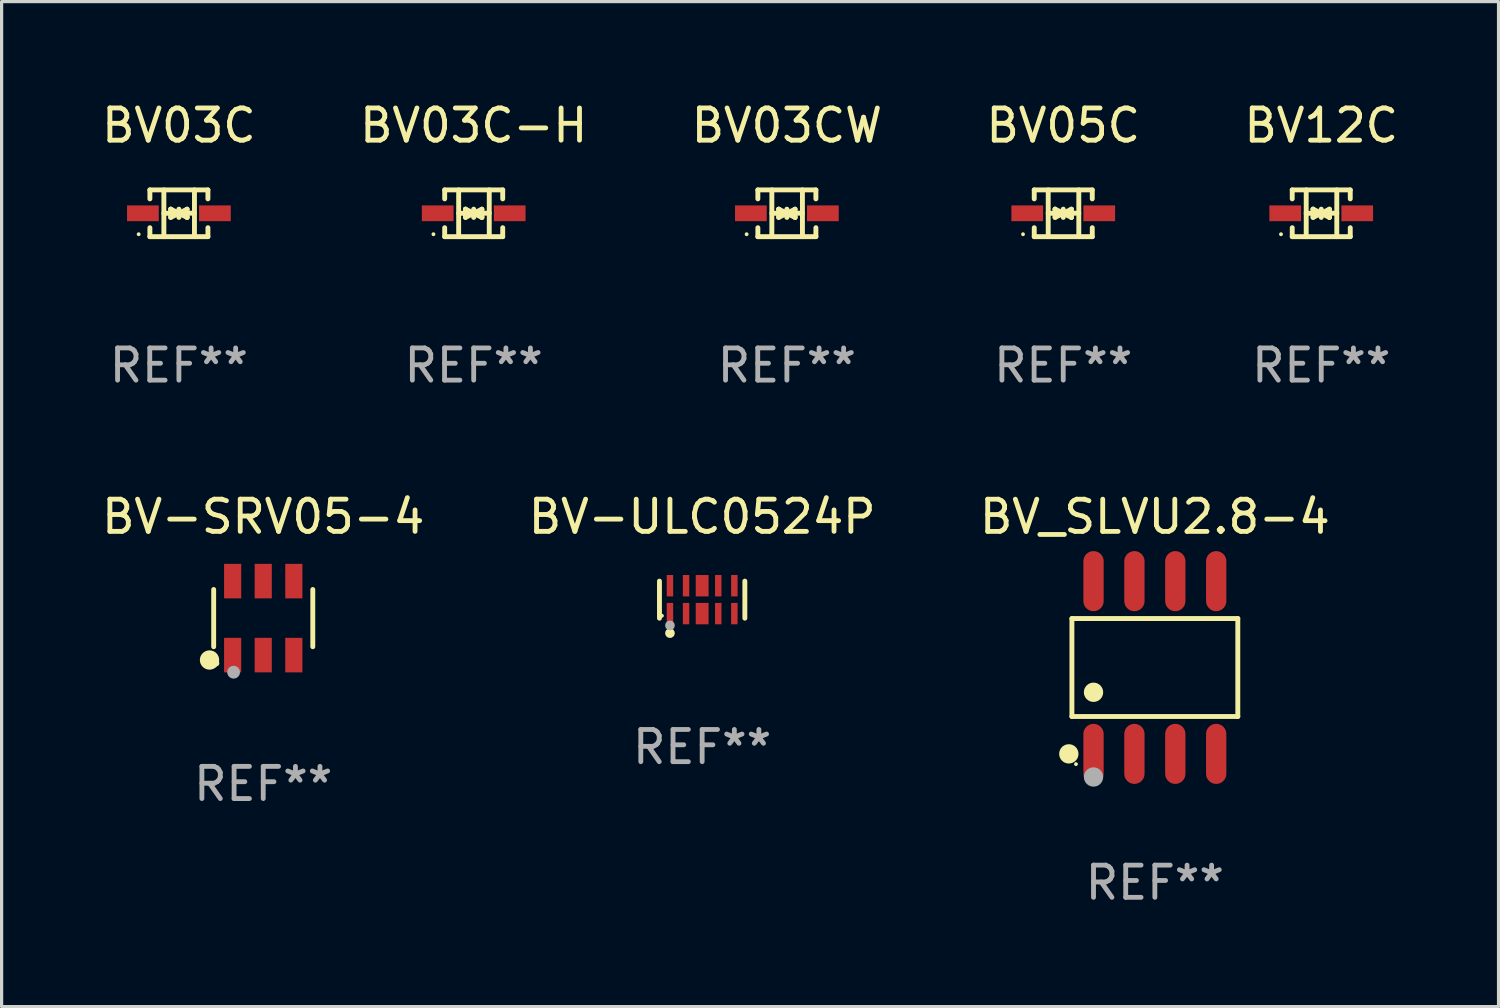
<source format=kicad_pcb>
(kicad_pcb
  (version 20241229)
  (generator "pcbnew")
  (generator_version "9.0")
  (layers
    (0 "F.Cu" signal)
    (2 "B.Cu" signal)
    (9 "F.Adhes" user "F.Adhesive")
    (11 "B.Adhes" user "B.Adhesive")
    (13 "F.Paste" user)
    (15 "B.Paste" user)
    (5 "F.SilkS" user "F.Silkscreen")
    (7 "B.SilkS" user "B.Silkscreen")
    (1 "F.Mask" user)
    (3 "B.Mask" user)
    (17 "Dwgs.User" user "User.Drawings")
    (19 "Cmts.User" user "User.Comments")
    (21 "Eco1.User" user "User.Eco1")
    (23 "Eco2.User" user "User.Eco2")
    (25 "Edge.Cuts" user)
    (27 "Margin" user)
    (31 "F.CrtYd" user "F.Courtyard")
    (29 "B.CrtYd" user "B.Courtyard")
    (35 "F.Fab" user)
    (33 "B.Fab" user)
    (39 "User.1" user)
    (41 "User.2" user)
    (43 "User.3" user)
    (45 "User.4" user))
  (footprint "BV03C"
    (layer "F.Cu")
    (at 2.506 3.574)
    (property "Reference" "BV03C" (at 0 -2.726 0) (layer "F.SilkS") (effects (font (size 1 1) (thickness 0.15))))
    (attr through_hole)
    (fp_line (start -0.901 -0.726) (end -0.901 -0.448) (stroke (width 0.152) (type solid)) (layer "F.SilkS"))
    (fp_line (start -0.901 0.726) (end -0.901 0.448) (stroke (width 0.152) (type solid)) (layer "F.SilkS"))
    (fp_line (start -0.467 0) (end 0.483 -0.003) (stroke (width 0.154) (type solid)) (layer "F.SilkS"))
    (fp_line (start -0.467 0.726) (end -0.467 -0.726) (stroke (width 0.152) (type solid)) (layer "F.SilkS"))
    (fp_line (start -0.254 -0.127) (end -0.254 -0.127) (stroke (width 0.154) (type solid)) (layer "F.SilkS"))
    (fp_line (start -0.254 -0.127) (end -0.002 -0.003) (stroke (width 0.154) (type solid)) (layer "F.SilkS"))
    (fp_line (start -0.254 0.127) (end -0.254 -0.127) (stroke (width 0.154) (type solid)) (layer "F.SilkS"))
    (fp_line (start -0.127 0) (end 0.003 0) (stroke (width 0.154) (type solid)) (layer "F.SilkS"))
    (fp_line (start -0.003 0) (end -0.254 0.127) (stroke (width 0.154) (type solid)) (layer "F.SilkS"))
    (fp_line (start 0 -0.127) (end 0 0.127) (stroke (width 0.154) (type solid)) (layer "F.SilkS"))
    (fp_line (start 0.003 0) (end 0.254 -0.127) (stroke (width 0.154) (type solid)) (layer "F.SilkS"))
    (fp_line (start 0.127 0) (end -0.003 0) (stroke (width 0.154) (type solid)) (layer "F.SilkS"))
    (fp_line (start 0.254 -0.127) (end 0.254 0.127) (stroke (width 0.154) (type solid)) (layer "F.SilkS"))
    (fp_line (start 0.254 0.127) (end 0.002 0.003) (stroke (width 0.154) (type solid)) (layer "F.SilkS"))
    (fp_line (start 0.254 0.127) (end 0.254 0.127) (stroke (width 0.154) (type solid)) (layer "F.SilkS"))
    (fp_line (start 0.483 0.726) (end 0.483 -0.726) (stroke (width 0.152) (type solid)) (layer "F.SilkS"))
    (fp_line (start 0.901 -0.726) (end -0.901 -0.726) (stroke (width 0.152) (type solid)) (layer "F.SilkS"))
    (fp_line (start 0.901 -0.726) (end 0.901 -0.448) (stroke (width 0.152) (type solid)) (layer "F.SilkS"))
    (fp_line (start 0.901 0.726) (end -0.901 0.726) (stroke (width 0.152) (type solid)) (layer "F.SilkS"))
    (fp_line (start 0.901 0.726) (end 0.901 0.448) (stroke (width 0.152) (type solid)) (layer "F.SilkS"))
    (fp_circle (center -1.25 0.65) (end -1.22 0.65) (stroke (width 0.06) (type solid)) (fill no) (layer "F.SilkS"))
    (fp_text user "REF**" (at 0 4.726 0) (layer "F.Fab") (effects (font (size 1 1) (thickness 0.15))))
    (pad "1" smd rect (at -1.118 0) (size 0.985 0.49) (layers "F.Cu" "F.Mask" "F.Paste"))
    (pad "2" smd rect (at 1.118 0) (size 0.985 0.49) (layers "F.Cu" "F.Mask" "F.Paste")))
  (footprint "BV-SRV05-4"
    (layer "F.Cu")
    (at 5.125 16.146)
    (property "Reference" "BV-SRV05-4" (at 0 -3.149 0) (layer "F.SilkS") (effects (font (size 1 1) (thickness 0.15))))
    (attr through_hole)
    (fp_line (start -1.539 0.889) (end -1.539 -0.889) (stroke (width 0.152) (type solid)) (layer "F.SilkS"))
    (fp_line (start 1.539 0.889) (end 1.539 -0.889) (stroke (width 0.152) (type solid)) (layer "F.SilkS"))
    (fp_circle (center -1.668 1.301) (end -1.518 1.301) (stroke (width 0.3) (type solid)) (fill no) (layer "F.SilkS"))
    (fp_circle (center -1.463 1.4) (end -1.413 1.4) (stroke (width 0.1) (type solid)) (fill no) (layer "F.SilkS"))
    (fp_circle (center -0.92 1.68) (end -0.82 1.68) (stroke (width 0.2) (type solid)) (fill no) (layer "F.Fab"))
    (fp_text user "REF**" (at 0 5.149 0) (layer "F.Fab") (effects (font (size 1 1) (thickness 0.15))))
    (pad "1" smd rect (at -0.95 1.149) (size 0.532 1.072) (layers "F.Cu" "F.Mask" "F.Paste"))
    (pad "2" smd rect (at 0 1.149) (size 0.532 1.072) (layers "F.Cu" "F.Mask" "F.Paste"))
    (pad "3" smd rect (at 0.95 1.149) (size 0.532 1.072) (layers "F.Cu" "F.Mask" "F.Paste"))
    (pad "4" smd rect (at 0.95 -1.149) (size 0.532 1.072) (layers "F.Cu" "F.Mask" "F.Paste"))
    (pad "5" smd rect (at 0 -1.149) (size 0.532 1.072) (layers "F.Cu" "F.Mask" "F.Paste"))
    (pad "6" smd rect (at -0.95 -1.149) (size 0.532 1.072) (layers "F.Cu" "F.Mask" "F.Paste")))
  (footprint "BV05C"
    (layer "F.Cu")
    (at 29.97 3.574)
    (property "Reference" "BV05C" (at 0 -2.726 0) (layer "F.SilkS") (effects (font (size 1 1) (thickness 0.15))))
    (attr through_hole)
    (fp_line (start -0.901 -0.726) (end -0.901 -0.448) (stroke (width 0.152) (type solid)) (layer "F.SilkS"))
    (fp_line (start -0.901 0.726) (end -0.901 0.448) (stroke (width 0.152) (type solid)) (layer "F.SilkS"))
    (fp_line (start -0.467 0) (end 0.483 -0.003) (stroke (width 0.154) (type solid)) (layer "F.SilkS"))
    (fp_line (start -0.467 0.726) (end -0.467 -0.726) (stroke (width 0.152) (type solid)) (layer "F.SilkS"))
    (fp_line (start -0.254 -0.127) (end -0.254 -0.127) (stroke (width 0.154) (type solid)) (layer "F.SilkS"))
    (fp_line (start -0.254 -0.127) (end -0.002 -0.003) (stroke (width 0.154) (type solid)) (layer "F.SilkS"))
    (fp_line (start -0.254 0.127) (end -0.254 -0.127) (stroke (width 0.154) (type solid)) (layer "F.SilkS"))
    (fp_line (start -0.127 0) (end 0.003 0) (stroke (width 0.154) (type solid)) (layer "F.SilkS"))
    (fp_line (start -0.003 0) (end -0.254 0.127) (stroke (width 0.154) (type solid)) (layer "F.SilkS"))
    (fp_line (start 0 -0.127) (end 0 0.127) (stroke (width 0.154) (type solid)) (layer "F.SilkS"))
    (fp_line (start 0.003 0) (end 0.254 -0.127) (stroke (width 0.154) (type solid)) (layer "F.SilkS"))
    (fp_line (start 0.127 0) (end -0.003 0) (stroke (width 0.154) (type solid)) (layer "F.SilkS"))
    (fp_line (start 0.254 -0.127) (end 0.254 0.127) (stroke (width 0.154) (type solid)) (layer "F.SilkS"))
    (fp_line (start 0.254 0.127) (end 0.002 0.003) (stroke (width 0.154) (type solid)) (layer "F.SilkS"))
    (fp_line (start 0.254 0.127) (end 0.254 0.127) (stroke (width 0.154) (type solid)) (layer "F.SilkS"))
    (fp_line (start 0.483 0.726) (end 0.483 -0.726) (stroke (width 0.152) (type solid)) (layer "F.SilkS"))
    (fp_line (start 0.901 -0.726) (end -0.901 -0.726) (stroke (width 0.152) (type solid)) (layer "F.SilkS"))
    (fp_line (start 0.901 -0.726) (end 0.901 -0.448) (stroke (width 0.152) (type solid)) (layer "F.SilkS"))
    (fp_line (start 0.901 0.726) (end -0.901 0.726) (stroke (width 0.152) (type solid)) (layer "F.SilkS"))
    (fp_line (start 0.901 0.726) (end 0.901 0.448) (stroke (width 0.152) (type solid)) (layer "F.SilkS"))
    (fp_circle (center -1.25 0.65) (end -1.22 0.65) (stroke (width 0.06) (type solid)) (fill no) (layer "F.SilkS"))
    (fp_text user "REF**" (at 0 4.726 0) (layer "F.Fab") (effects (font (size 1 1) (thickness 0.15))))
    (pad "1" smd rect (at -1.118 0) (size 0.985 0.49) (layers "F.Cu" "F.Mask" "F.Paste"))
    (pad "2" smd rect (at 1.118 0) (size 0.985 0.49) (layers "F.Cu" "F.Mask" "F.Paste")))
  (footprint "BV_SLVU2.8-4"
    (layer "F.Cu")
    (at 32.815 17.68)
    (property "Reference" "BV_SLVU2.8-4" (at 0 -4.682 0) (layer "F.SilkS") (effects (font (size 1 1) (thickness 0.15))))
    (attr through_hole)
    (fp_line (start -2.576 -1.521) (end 2.576 -1.521) (stroke (width 0.152) (type solid)) (layer "F.SilkS"))
    (fp_line (start -2.576 1.521) (end -2.576 -1.521) (stroke (width 0.152) (type solid)) (layer "F.SilkS"))
    (fp_line (start 2.576 -1.521) (end 2.576 1.521) (stroke (width 0.152) (type solid)) (layer "F.SilkS"))
    (fp_line (start 2.576 1.521) (end -2.576 1.521) (stroke (width 0.152) (type solid)) (layer "F.SilkS"))
    (fp_circle (center -2.672 2.682) (end -2.522 2.682) (stroke (width 0.3) (type solid)) (fill no) (layer "F.SilkS"))
    (fp_circle (center -2.45 3) (end -2.42 3) (stroke (width 0.06) (type solid)) (fill no) (layer "F.SilkS"))
    (fp_circle (center -1.905 0.769) (end -1.755 0.769) (stroke (width 0.3) (type solid)) (fill no) (layer "F.SilkS"))
    (fp_circle (center -1.905 3.4) (end -1.755 3.4) (stroke (width 0.3) (type solid)) (fill no) (layer "F.Fab"))
    (fp_text user "REF**" (at 0 6.682 0) (layer "F.Fab") (effects (font (size 1 1) (thickness 0.15))))
    (pad "1" smd oval (at -1.905 2.682) (size 0.63 1.865) (layers "F.Cu" "F.Mask" "F.Paste"))
    (pad "2" smd oval (at -0.635 2.682) (size 0.63 1.865) (layers "F.Cu" "F.Mask" "F.Paste"))
    (pad "3" smd oval (at 0.635 2.682) (size 0.63 1.865) (layers "F.Cu" "F.Mask" "F.Paste"))
    (pad "4" smd oval (at 1.905 2.682) (size 0.63 1.865) (layers "F.Cu" "F.Mask" "F.Paste"))
    (pad "5" smd oval (at 1.905 -2.682) (size 0.63 1.865) (layers "F.Cu" "F.Mask" "F.Paste"))
    (pad "6" smd oval (at 0.635 -2.682) (size 0.63 1.865) (layers "F.Cu" "F.Mask" "F.Paste"))
    (pad "7" smd oval (at -0.635 -2.682) (size 0.63 1.865) (layers "F.Cu" "F.Mask" "F.Paste"))
    (pad "8" smd oval (at -1.905 -2.682) (size 0.63 1.865) (layers "F.Cu" "F.Mask" "F.Paste")))
  (footprint "BV12C"
    (layer "F.Cu")
    (at 37.982 3.574)
    (property "Reference" "BV12C" (at 0 -2.726 0) (layer "F.SilkS") (effects (font (size 1 1) (thickness 0.15))))
    (attr through_hole)
    (fp_line (start -0.901 -0.726) (end -0.901 -0.448) (stroke (width 0.152) (type solid)) (layer "F.SilkS"))
    (fp_line (start -0.901 0.726) (end -0.901 0.448) (stroke (width 0.152) (type solid)) (layer "F.SilkS"))
    (fp_line (start -0.467 0) (end 0.483 -0.003) (stroke (width 0.154) (type solid)) (layer "F.SilkS"))
    (fp_line (start -0.467 0.726) (end -0.467 -0.726) (stroke (width 0.152) (type solid)) (layer "F.SilkS"))
    (fp_line (start -0.254 -0.127) (end -0.254 -0.127) (stroke (width 0.154) (type solid)) (layer "F.SilkS"))
    (fp_line (start -0.254 -0.127) (end -0.002 -0.003) (stroke (width 0.154) (type solid)) (layer "F.SilkS"))
    (fp_line (start -0.254 0.127) (end -0.254 -0.127) (stroke (width 0.154) (type solid)) (layer "F.SilkS"))
    (fp_line (start -0.127 0) (end 0.003 0) (stroke (width 0.154) (type solid)) (layer "F.SilkS"))
    (fp_line (start -0.003 0) (end -0.254 0.127) (stroke (width 0.154) (type solid)) (layer "F.SilkS"))
    (fp_line (start 0 -0.127) (end 0 0.127) (stroke (width 0.154) (type solid)) (layer "F.SilkS"))
    (fp_line (start 0.003 0) (end 0.254 -0.127) (stroke (width 0.154) (type solid)) (layer "F.SilkS"))
    (fp_line (start 0.127 0) (end -0.003 0) (stroke (width 0.154) (type solid)) (layer "F.SilkS"))
    (fp_line (start 0.254 -0.127) (end 0.254 0.127) (stroke (width 0.154) (type solid)) (layer "F.SilkS"))
    (fp_line (start 0.254 0.127) (end 0.002 0.003) (stroke (width 0.154) (type solid)) (layer "F.SilkS"))
    (fp_line (start 0.254 0.127) (end 0.254 0.127) (stroke (width 0.154) (type solid)) (layer "F.SilkS"))
    (fp_line (start 0.483 0.726) (end 0.483 -0.726) (stroke (width 0.152) (type solid)) (layer "F.SilkS"))
    (fp_line (start 0.901 -0.726) (end -0.901 -0.726) (stroke (width 0.152) (type solid)) (layer "F.SilkS"))
    (fp_line (start 0.901 -0.726) (end 0.901 -0.448) (stroke (width 0.152) (type solid)) (layer "F.SilkS"))
    (fp_line (start 0.901 0.726) (end -0.901 0.726) (stroke (width 0.152) (type solid)) (layer "F.SilkS"))
    (fp_line (start 0.901 0.726) (end 0.901 0.448) (stroke (width 0.152) (type solid)) (layer "F.SilkS"))
    (fp_circle (center -1.25 0.65) (end -1.22 0.65) (stroke (width 0.06) (type solid)) (fill no) (layer "F.SilkS"))
    (fp_text user "REF**" (at 0 4.726 0) (layer "F.Fab") (effects (font (size 1 1) (thickness 0.15))))
    (pad "1" smd rect (at -1.118 0) (size 0.985 0.49) (layers "F.Cu" "F.Mask" "F.Paste"))
    (pad "2" smd rect (at 1.118 0) (size 0.985 0.49) (layers "F.Cu" "F.Mask" "F.Paste")))
  (footprint "BV-ULC0524P"
    (layer "F.Cu")
    (at 18.756 15.573)
    (property "Reference" "BV-ULC0524P" (at 0 -2.576 0) (layer "F.SilkS") (effects (font (size 1 1) (thickness 0.15))))
    (attr through_hole)
    (fp_line (start -1.326 0.576) (end -1.326 -0.576) (stroke (width 0.152) (type solid)) (layer "F.SilkS"))
    (fp_line (start 1.326 0.576) (end 1.326 -0.576) (stroke (width 0.152) (type solid)) (layer "F.SilkS"))
    (fp_circle (center -1.25 0.5) (end -1.22 0.5) (stroke (width 0.06) (type solid)) (fill no) (layer "F.SilkS"))
    (fp_circle (center -1 1.04) (end -0.925 1.04) (stroke (width 0.15) (type solid)) (fill no) (layer "F.SilkS"))
    (fp_circle (center -1 0.8) (end -0.925 0.8) (stroke (width 0.15) (type solid)) (fill no) (layer "F.Fab"))
    (fp_text user "REF**" (at 0 4.576 0) (layer "F.Fab") (effects (font (size 1 1) (thickness 0.15))))
    (pad "1" smd rect (at -1 0.433) (size 0.2 0.665) (layers "F.Cu" "F.Mask" "F.Paste"))
    (pad "2" smd rect (at -0.5 0.433) (size 0.2 0.665) (layers "F.Cu" "F.Mask" "F.Paste"))
    (pad "3" smd rect (at 0 0.433) (size 0.4 0.665) (layers "F.Cu" "F.Mask" "F.Paste"))
    (pad "4" smd rect (at 0.5 0.433) (size 0.2 0.665) (layers "F.Cu" "F.Mask" "F.Paste"))
    (pad "5" smd rect (at 1 0.433) (size 0.2 0.665) (layers "F.Cu" "F.Mask" "F.Paste"))
    (pad "6" smd rect (at 1 -0.433) (size 0.2 0.665) (layers "F.Cu" "F.Mask" "F.Paste"))
    (pad "7" smd rect (at 0.5 -0.433) (size 0.2 0.665) (layers "F.Cu" "F.Mask" "F.Paste"))
    (pad "8" smd rect (at 0 -0.433) (size 0.4 0.665) (layers "F.Cu" "F.Mask" "F.Paste"))
    (pad "9" smd rect (at -0.5 -0.433) (size 0.2 0.665) (layers "F.Cu" "F.Mask" "F.Paste"))
    (pad "10" smd rect (at -1 -0.433) (size 0.2 0.665) (layers "F.Cu" "F.Mask" "F.Paste")))
  (footprint "BV03CW"
    (layer "F.Cu")
    (at 21.387 3.574)
    (property "Reference" "BV03CW" (at 0 -2.726 0) (layer "F.SilkS") (effects (font (size 1 1) (thickness 0.15))))
    (attr through_hole)
    (fp_line (start -0.901 -0.726) (end -0.901 -0.448) (stroke (width 0.152) (type solid)) (layer "F.SilkS"))
    (fp_line (start -0.901 0.726) (end -0.901 0.448) (stroke (width 0.152) (type solid)) (layer "F.SilkS"))
    (fp_line (start -0.467 0) (end 0.483 -0.003) (stroke (width 0.154) (type solid)) (layer "F.SilkS"))
    (fp_line (start -0.467 0.726) (end -0.467 -0.726) (stroke (width 0.152) (type solid)) (layer "F.SilkS"))
    (fp_line (start -0.254 -0.127) (end -0.254 -0.127) (stroke (width 0.154) (type solid)) (layer "F.SilkS"))
    (fp_line (start -0.254 -0.127) (end -0.002 -0.003) (stroke (width 0.154) (type solid)) (layer "F.SilkS"))
    (fp_line (start -0.254 0.127) (end -0.254 -0.127) (stroke (width 0.154) (type solid)) (layer "F.SilkS"))
    (fp_line (start -0.127 0) (end 0.003 0) (stroke (width 0.154) (type solid)) (layer "F.SilkS"))
    (fp_line (start -0.003 0) (end -0.254 0.127) (stroke (width 0.154) (type solid)) (layer "F.SilkS"))
    (fp_line (start 0 -0.127) (end 0 0.127) (stroke (width 0.154) (type solid)) (layer "F.SilkS"))
    (fp_line (start 0.003 0) (end 0.254 -0.127) (stroke (width 0.154) (type solid)) (layer "F.SilkS"))
    (fp_line (start 0.127 0) (end -0.003 0) (stroke (width 0.154) (type solid)) (layer "F.SilkS"))
    (fp_line (start 0.254 -0.127) (end 0.254 0.127) (stroke (width 0.154) (type solid)) (layer "F.SilkS"))
    (fp_line (start 0.254 0.127) (end 0.002 0.003) (stroke (width 0.154) (type solid)) (layer "F.SilkS"))
    (fp_line (start 0.254 0.127) (end 0.254 0.127) (stroke (width 0.154) (type solid)) (layer "F.SilkS"))
    (fp_line (start 0.483 0.726) (end 0.483 -0.726) (stroke (width 0.152) (type solid)) (layer "F.SilkS"))
    (fp_line (start 0.901 -0.726) (end -0.901 -0.726) (stroke (width 0.152) (type solid)) (layer "F.SilkS"))
    (fp_line (start 0.901 -0.726) (end 0.901 -0.448) (stroke (width 0.152) (type solid)) (layer "F.SilkS"))
    (fp_line (start 0.901 0.726) (end -0.901 0.726) (stroke (width 0.152) (type solid)) (layer "F.SilkS"))
    (fp_line (start 0.901 0.726) (end 0.901 0.448) (stroke (width 0.152) (type solid)) (layer "F.SilkS"))
    (fp_circle (center -1.25 0.65) (end -1.22 0.65) (stroke (width 0.06) (type solid)) (fill no) (layer "F.SilkS"))
    (fp_text user "REF**" (at 0 4.726 0) (layer "F.Fab") (effects (font (size 1 1) (thickness 0.15))))
    (pad "1" smd rect (at -1.118 0) (size 0.985 0.49) (layers "F.Cu" "F.Mask" "F.Paste"))
    (pad "2" smd rect (at 1.118 0) (size 0.985 0.49) (layers "F.Cu" "F.Mask" "F.Paste")))
  (footprint "BV03C-H"
    (layer "F.Cu")
    (at 11.661 3.574)
    (property "Reference" "BV03C-H" (at 0 -2.726 0) (layer "F.SilkS") (effects (font (size 1 1) (thickness 0.15))))
    (attr through_hole)
    (fp_line (start -0.901 -0.726) (end -0.901 -0.448) (stroke (width 0.152) (type solid)) (layer "F.SilkS"))
    (fp_line (start -0.901 0.726) (end -0.901 0.448) (stroke (width 0.152) (type solid)) (layer "F.SilkS"))
    (fp_line (start -0.467 0) (end 0.483 -0.003) (stroke (width 0.154) (type solid)) (layer "F.SilkS"))
    (fp_line (start -0.467 0.726) (end -0.467 -0.726) (stroke (width 0.152) (type solid)) (layer "F.SilkS"))
    (fp_line (start -0.254 -0.127) (end -0.254 -0.127) (stroke (width 0.154) (type solid)) (layer "F.SilkS"))
    (fp_line (start -0.254 -0.127) (end -0.002 -0.003) (stroke (width 0.154) (type solid)) (layer "F.SilkS"))
    (fp_line (start -0.254 0.127) (end -0.254 -0.127) (stroke (width 0.154) (type solid)) (layer "F.SilkS"))
    (fp_line (start -0.127 0) (end 0.003 0) (stroke (width 0.154) (type solid)) (layer "F.SilkS"))
    (fp_line (start -0.003 0) (end -0.254 0.127) (stroke (width 0.154) (type solid)) (layer "F.SilkS"))
    (fp_line (start 0 -0.127) (end 0 0.127) (stroke (width 0.154) (type solid)) (layer "F.SilkS"))
    (fp_line (start 0.003 0) (end 0.254 -0.127) (stroke (width 0.154) (type solid)) (layer "F.SilkS"))
    (fp_line (start 0.127 0) (end -0.003 0) (stroke (width 0.154) (type solid)) (layer "F.SilkS"))
    (fp_line (start 0.254 -0.127) (end 0.254 0.127) (stroke (width 0.154) (type solid)) (layer "F.SilkS"))
    (fp_line (start 0.254 0.127) (end 0.002 0.003) (stroke (width 0.154) (type solid)) (layer "F.SilkS"))
    (fp_line (start 0.254 0.127) (end 0.254 0.127) (stroke (width 0.154) (type solid)) (layer "F.SilkS"))
    (fp_line (start 0.483 0.726) (end 0.483 -0.726) (stroke (width 0.152) (type solid)) (layer "F.SilkS"))
    (fp_line (start 0.901 -0.726) (end -0.901 -0.726) (stroke (width 0.152) (type solid)) (layer "F.SilkS"))
    (fp_line (start 0.901 -0.726) (end 0.901 -0.448) (stroke (width 0.152) (type solid)) (layer "F.SilkS"))
    (fp_line (start 0.901 0.726) (end -0.901 0.726) (stroke (width 0.152) (type solid)) (layer "F.SilkS"))
    (fp_line (start 0.901 0.726) (end 0.901 0.448) (stroke (width 0.152) (type solid)) (layer "F.SilkS"))
    (fp_circle (center -1.25 0.65) (end -1.22 0.65) (stroke (width 0.06) (type solid)) (fill no) (layer "F.SilkS"))
    (fp_text user "REF**" (at 0 4.726 0) (layer "F.Fab") (effects (font (size 1 1) (thickness 0.15))))
    (pad "1" smd rect (at -1.118 0) (size 0.985 0.49) (layers "F.Cu" "F.Mask" "F.Paste"))
    (pad "2" smd rect (at 1.118 0) (size 0.985 0.49) (layers "F.Cu" "F.Mask" "F.Paste")))
  (gr_rect
    (start -3 -3)
    (end 43.488 28.21)
    (stroke (width 0.1) (type default))
    (fill no)
    (layer "Edge.Cuts")))
</source>
